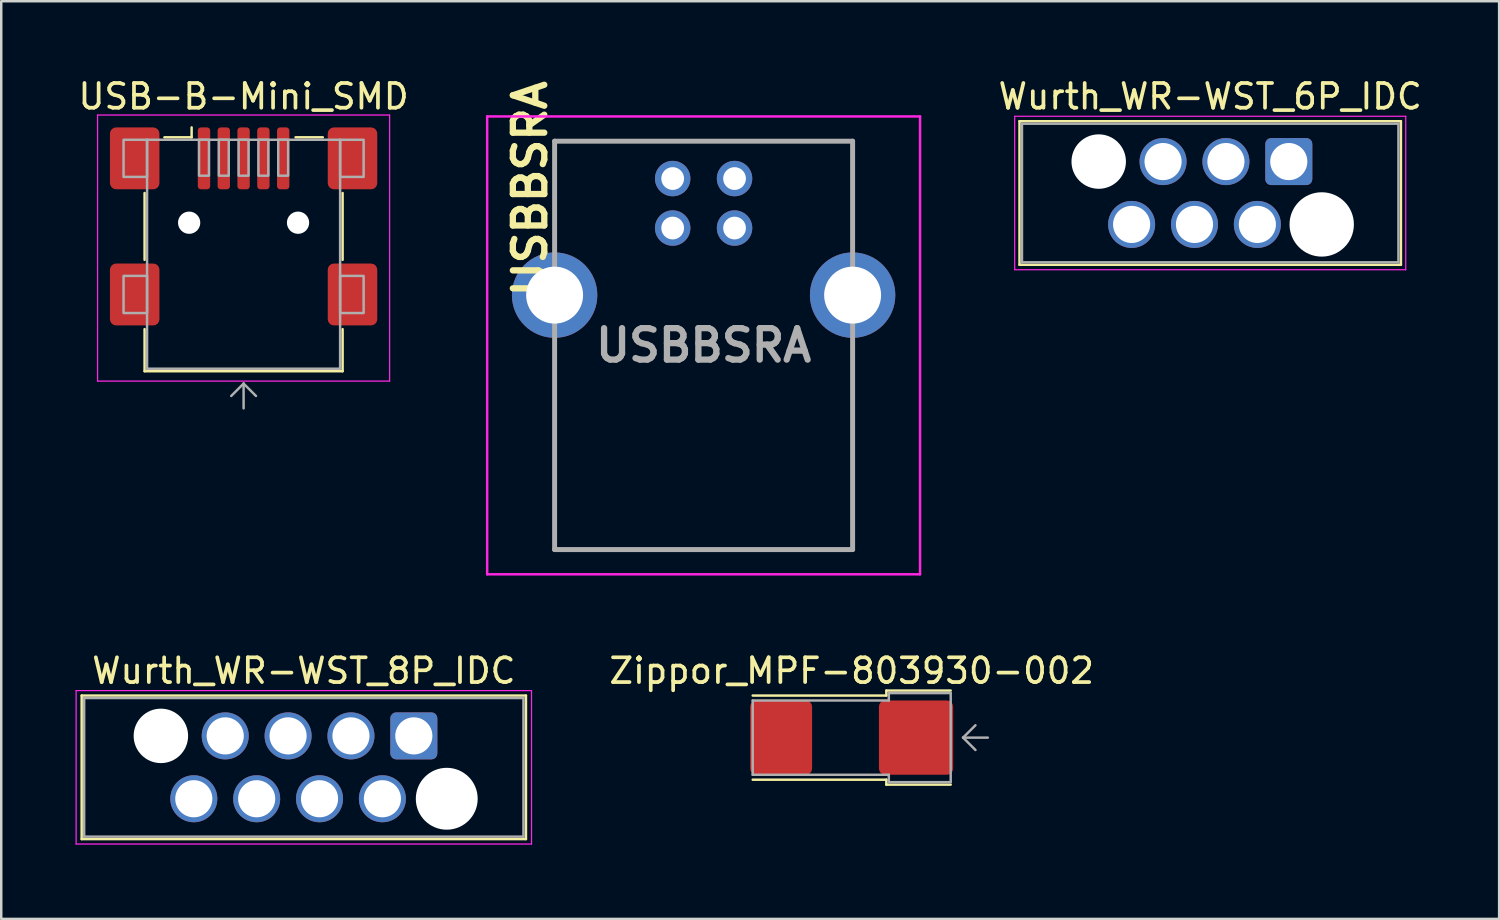
<source format=kicad_pcb>
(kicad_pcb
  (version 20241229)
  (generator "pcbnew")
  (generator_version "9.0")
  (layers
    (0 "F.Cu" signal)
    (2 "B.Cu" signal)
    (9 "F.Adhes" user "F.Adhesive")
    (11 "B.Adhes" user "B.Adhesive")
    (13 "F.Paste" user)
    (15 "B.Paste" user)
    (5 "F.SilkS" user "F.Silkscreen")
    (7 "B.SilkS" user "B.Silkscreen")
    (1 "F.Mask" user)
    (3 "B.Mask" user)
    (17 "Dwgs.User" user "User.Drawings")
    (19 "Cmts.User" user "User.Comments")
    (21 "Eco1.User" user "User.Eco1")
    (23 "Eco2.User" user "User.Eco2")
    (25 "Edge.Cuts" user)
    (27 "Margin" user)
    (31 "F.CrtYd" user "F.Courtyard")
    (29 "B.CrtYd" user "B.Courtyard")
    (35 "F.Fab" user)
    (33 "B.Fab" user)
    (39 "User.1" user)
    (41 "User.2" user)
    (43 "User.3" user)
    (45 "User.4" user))
  (footprint "USB-B-Mini_SMD"
    (layer "F.Cu")
    (at 6.792 4.048)
    (property "Reference" "USB-B-Mini_SMD" (at 0 -3.2 0) (layer "F.SilkS") (effects (font (size 1 1) (thickness 0.15))))
    (attr smd)
    (fp_line (start -4 3.4) (end -4 0.7) (stroke (width 0.1) (type solid)) (layer "F.SilkS"))
    (fp_line (start -4 6.2) (end -4 7.9) (stroke (width 0.1) (type solid)) (layer "F.SilkS"))
    (fp_line (start -4 7.9) (end 4 7.9) (stroke (width 0.1) (type solid)) (layer "F.SilkS"))
    (fp_line (start -3.2 -1.55) (end -2.1 -1.55) (stroke (width 0.1) (type solid)) (layer "F.SilkS"))
    (fp_line (start -2.1 -1.55) (end -2.1 -1.95) (stroke (width 0.1) (type solid)) (layer "F.SilkS"))
    (fp_line (start 2.1 -1.55) (end 3.2 -1.55) (stroke (width 0.1) (type solid)) (layer "F.SilkS"))
    (fp_line (start 4 0.7) (end 4 3.4) (stroke (width 0.1) (type solid)) (layer "F.SilkS"))
    (fp_line (start 4 7.9) (end 4 6.2) (stroke (width 0.1) (type solid)) (layer "F.SilkS"))
    (fp_line (start -5.9 -2.45) (end 5.9 -2.45) (stroke (width 0.05) (type solid)) (layer "F.CrtYd"))
    (fp_line (start -5.9 8.3) (end -5.9 -2.45) (stroke (width 0.05) (type solid)) (layer "F.CrtYd"))
    (fp_line (start 5.9 -2.45) (end 5.9 8.3) (stroke (width 0.05) (type solid)) (layer "F.CrtYd"))
    (fp_line (start 5.9 8.3) (end -5.9 8.3) (stroke (width 0.05) (type solid)) (layer "F.CrtYd"))
    (fp_line (start -3.9 -1.45) (end 3.9 -1.45) (stroke (width 0.1) (type solid)) (layer "F.Fab"))
    (fp_line (start -3.9 7.8) (end -3.9 -1.45) (stroke (width 0.1) (type solid)) (layer "F.Fab"))
    (fp_line (start -0.5 8.9) (end 0 8.4) (stroke (width 0.1) (type solid)) (layer "F.Fab"))
    (fp_line (start 0 8.4) (end 0 9.4) (stroke (width 0.1) (type solid)) (layer "F.Fab"))
    (fp_line (start 0 8.4) (end 0.5 8.9) (stroke (width 0.1) (type solid)) (layer "F.Fab"))
    (fp_line (start 3.9 -1.45) (end 3.9 7.8) (stroke (width 0.1) (type solid)) (layer "F.Fab"))
    (fp_line (start 3.9 7.8) (end -3.9 7.8) (stroke (width 0.1) (type solid)) (layer "F.Fab"))
    (fp_poly (pts (xy -3.9 0.05) (xy -4.85 0.05) (xy -4.85 -1.45) (xy -3.9 -1.45)) (stroke (width 0.1) (type solid)) (fill no) (layer "F.Fab"))
    (fp_poly (pts (xy -3.9 5.55) (xy -4.85 5.55) (xy -4.85 4.05) (xy -3.9 4.05)) (stroke (width 0.1) (type solid)) (fill no) (layer "F.Fab"))
    (fp_poly (pts (xy -1.4 0) (xy -1.8 0) (xy -1.8 -1.45) (xy -1.4 -1.45)) (stroke (width 0.1) (type solid)) (fill no) (layer "F.Fab"))
    (fp_poly (pts (xy -0.6 0) (xy -1 0) (xy -1 -1.45) (xy -0.6 -1.45)) (stroke (width 0.1) (type solid)) (fill no) (layer "F.Fab"))
    (fp_poly (pts (xy 0.2 0) (xy -0.2 0) (xy -0.2 -1.45) (xy 0.2 -1.45)) (stroke (width 0.1) (type solid)) (fill no) (layer "F.Fab"))
    (fp_poly (pts (xy 1 0) (xy 0.6 0) (xy 0.6 -1.45) (xy 1 -1.45)) (stroke (width 0.1) (type solid)) (fill no) (layer "F.Fab"))
    (fp_poly (pts (xy 1.8 0) (xy 1.4 0) (xy 1.4 -1.45) (xy 1.8 -1.45)) (stroke (width 0.1) (type solid)) (fill no) (layer "F.Fab"))
    (fp_poly (pts (xy 4.85 0.05) (xy 3.9 0.05) (xy 3.9 -1.45) (xy 4.85 -1.45)) (stroke (width 0.1) (type solid)) (fill no) (layer "F.Fab"))
    (fp_poly (pts (xy 4.85 5.55) (xy 3.9 5.55) (xy 3.9 4.05) (xy 4.85 4.05)) (stroke (width 0.1) (type solid)) (fill no) (layer "F.Fab"))
    (pad "" np_thru_hole circle (at -2.2 1.9) (size 0.9 0.9) (drill 0.9) (layers "*.Cu" "*.Mask"))
    (pad "" np_thru_hole circle (at 2.2 1.9) (size 0.9 0.9) (drill 0.9) (layers "*.Cu" "*.Mask"))
    (pad "1" smd roundrect (at -1.6 -0.7) (size 0.5 2.5) (layers "F.Cu" "F.Mask" "F.Paste") (roundrect_rratio 0.25))
    (pad "2" smd roundrect (at -0.8 -0.7) (size 0.5 2.5) (layers "F.Cu" "F.Mask" "F.Paste") (roundrect_rratio 0.25))
    (pad "3" smd roundrect (at 0 -0.7) (size 0.5 2.5) (layers "F.Cu" "F.Mask" "F.Paste") (roundrect_rratio 0.25))
    (pad "4" smd roundrect (at 0.8 -0.7) (size 0.5 2.5) (layers "F.Cu" "F.Mask" "F.Paste") (roundrect_rratio 0.25))
    (pad "5" smd roundrect (at 1.6 -0.7) (size 0.5 2.5) (layers "F.Cu" "F.Mask" "F.Paste") (roundrect_rratio 0.25))
    (pad "SH" smd roundrect (at -4.4 -0.7) (size 2 2.5) (layers "F.Cu" "F.Mask" "F.Paste") (roundrect_rratio 0.125))
    (pad "SH" smd roundrect (at -4.4 4.8) (size 2 2.5) (layers "F.Cu" "F.Mask" "F.Paste") (roundrect_rratio 0.125))
    (pad "SH" smd roundrect (at 4.4 -0.7) (size 2 2.5) (layers "F.Cu" "F.Mask" "F.Paste") (roundrect_rratio 0.125))
    (pad "SH" smd roundrect (at 4.4 4.8) (size 2 2.5) (layers "F.Cu" "F.Mask" "F.Paste") (roundrect_rratio 0.125)))
  (footprint "Wurth_WR-WST_8P_IDC"
    (layer "F.Cu")
    (at 9.225 27.952)
    (property "Reference" "Wurth_WR-WST_8P_IDC" (at 0 -3.9 0) (layer "F.SilkS") (effects (font (size 1 1) (thickness 0.15))))
    (attr exclude_from_pos_files exclude_from_bom)
    (fp_line (start -8.975 -2.9) (end 8.975 -2.9) (stroke (width 0.1) (type solid)) (layer "F.SilkS"))
    (fp_line (start -8.975 2.9) (end -8.975 -2.9) (stroke (width 0.1) (type solid)) (layer "F.SilkS"))
    (fp_line (start 8.975 -2.9) (end 8.975 2.9) (stroke (width 0.1) (type solid)) (layer "F.SilkS"))
    (fp_line (start 8.975 2.9) (end -8.975 2.9) (stroke (width 0.1) (type solid)) (layer "F.SilkS"))
    (fp_line (start -9.2 -3.1) (end 9.2 -3.1) (stroke (width 0.05) (type solid)) (layer "F.CrtYd"))
    (fp_line (start -9.2 3.1) (end -9.2 -3.1) (stroke (width 0.05) (type solid)) (layer "F.CrtYd"))
    (fp_line (start 9.2 -3.1) (end 9.2 3.1) (stroke (width 0.05) (type solid)) (layer "F.CrtYd"))
    (fp_line (start 9.2 3.1) (end -9.2 3.1) (stroke (width 0.05) (type solid)) (layer "F.CrtYd"))
    (fp_line (start -8.875 -2.8) (end 8.875 -2.8) (stroke (width 0.1) (type solid)) (layer "F.Fab"))
    (fp_line (start -8.875 2.8) (end -8.875 -2.8) (stroke (width 0.1) (type solid)) (layer "F.Fab"))
    (fp_line (start 8.875 -2.8) (end 8.875 2.8) (stroke (width 0.1) (type solid)) (layer "F.Fab"))
    (fp_line (start 8.875 2.8) (end -8.875 2.8) (stroke (width 0.1) (type solid)) (layer "F.Fab"))
    (pad "" np_thru_hole circle (at -5.775 -1.27) (size 2.2 2.2) (drill 2.2) (layers "*.Cu" "*.Mask"))
    (pad "" np_thru_hole circle (at 5.775 1.27) (size 2.5 2.5) (drill 2.5) (layers "*.Cu" "*.Mask"))
    (pad "1" thru_hole roundrect (at 4.445 -1.27) (size 1.9 1.9) (drill 1.5) (layers "*.Cu" "*.Mask") (roundrect_rratio 0.125))
    (pad "2" thru_hole circle (at 3.175 1.27) (size 1.9 1.9) (drill 1.5) (layers "*.Cu" "*.Mask"))
    (pad "3" thru_hole circle (at 1.905 -1.27) (size 1.9 1.9) (drill 1.5) (layers "*.Cu" "*.Mask"))
    (pad "4" thru_hole circle (at 0.635 1.27) (size 1.9 1.9) (drill 1.5) (layers "*.Cu" "*.Mask"))
    (pad "5" thru_hole circle (at -0.635 -1.27) (size 1.9 1.9) (drill 1.5) (layers "*.Cu" "*.Mask"))
    (pad "6" thru_hole circle (at -1.905 1.27) (size 1.9 1.9) (drill 1.5) (layers "*.Cu" "*.Mask"))
    (pad "7" thru_hole circle (at -3.175 -1.27) (size 1.9 1.9) (drill 1.5) (layers "*.Cu" "*.Mask"))
    (pad "8" thru_hole circle (at -4.445 1.27) (size 1.9 1.9) (drill 1.5) (layers "*.Cu" "*.Mask")))
  (footprint "Wurth_WR-WST_6P_IDC"
    (layer "F.Cu")
    (at 45.846 4.748)
    (property "Reference" "Wurth_WR-WST_6P_IDC" (at 0 -3.9 0) (layer "F.SilkS") (effects (font (size 1 1) (thickness 0.15))))
    (attr exclude_from_pos_files exclude_from_bom)
    (fp_line (start -7.705 -2.9) (end 7.705 -2.9) (stroke (width 0.1) (type solid)) (layer "F.SilkS"))
    (fp_line (start -7.705 2.9) (end -7.705 -2.9) (stroke (width 0.1) (type solid)) (layer "F.SilkS"))
    (fp_line (start 7.705 -2.9) (end 7.705 2.9) (stroke (width 0.1) (type solid)) (layer "F.SilkS"))
    (fp_line (start 7.705 2.9) (end -7.705 2.9) (stroke (width 0.1) (type solid)) (layer "F.SilkS"))
    (fp_line (start -7.9 -3.1) (end 7.9 -3.1) (stroke (width 0.05) (type solid)) (layer "F.CrtYd"))
    (fp_line (start -7.9 3.1) (end -7.9 -3.1) (stroke (width 0.05) (type solid)) (layer "F.CrtYd"))
    (fp_line (start 7.9 -3.1) (end 7.9 3.1) (stroke (width 0.05) (type solid)) (layer "F.CrtYd"))
    (fp_line (start 7.9 3.1) (end -7.9 3.1) (stroke (width 0.05) (type solid)) (layer "F.CrtYd"))
    (fp_line (start -7.605 -2.8) (end 7.605 -2.8) (stroke (width 0.1) (type solid)) (layer "F.Fab"))
    (fp_line (start -7.605 2.8) (end -7.605 -2.8) (stroke (width 0.1) (type solid)) (layer "F.Fab"))
    (fp_line (start 7.605 -2.8) (end 7.605 2.8) (stroke (width 0.1) (type solid)) (layer "F.Fab"))
    (fp_line (start 7.605 2.8) (end -7.605 2.8) (stroke (width 0.1) (type solid)) (layer "F.Fab"))
    (pad "" np_thru_hole circle (at -4.505 -1.27) (size 2.2 2.2) (drill 2.2) (layers "*.Cu" "*.Mask"))
    (pad "" np_thru_hole circle (at 4.505 1.27) (size 2.6 2.6) (drill 2.6) (layers "*.Cu" "*.Mask"))
    (pad "1" thru_hole roundrect (at 3.175 -1.27) (size 1.9 1.9) (drill 1.5) (layers "*.Cu" "*.Mask") (roundrect_rratio 0.125))
    (pad "2" thru_hole circle (at 1.905 1.27) (size 1.9 1.9) (drill 1.5) (layers "*.Cu" "*.Mask"))
    (pad "3" thru_hole circle (at 0.635 -1.27) (size 1.9 1.9) (drill 1.5) (layers "*.Cu" "*.Mask"))
    (pad "4" thru_hole circle (at -0.635 1.27) (size 1.9 1.9) (drill 1.5) (layers "*.Cu" "*.Mask"))
    (pad "5" thru_hole circle (at -1.905 -1.27) (size 1.9 1.9) (drill 1.5) (layers "*.Cu" "*.Mask"))
    (pad "6" thru_hole circle (at -3.175 1.27) (size 1.9 1.9) (drill 1.5) (layers "*.Cu" "*.Mask")))
  (footprint "Zippor_MPF-803930-002"
    (layer "F.Cu")
    (at 31.361 26.752)
    (property "Reference" "Zippor_MPF-803930-002" (at 0 -2.7 0) (layer "F.SilkS") (effects (font (size 1 1) (thickness 0.15))))
    (attr smd)
    (fp_line (start -4 -1.7) (end 1.4 -1.7) (stroke (width 0.1) (type solid)) (layer "F.SilkS"))
    (fp_line (start 1.4 -1.9) (end 4 -1.9) (stroke (width 0.1) (type solid)) (layer "F.SilkS"))
    (fp_line (start 1.4 -1.7) (end 1.4 -1.9) (stroke (width 0.1) (type solid)) (layer "F.SilkS"))
    (fp_line (start 1.4 1.7) (end -4 1.7) (stroke (width 0.1) (type solid)) (layer "F.SilkS"))
    (fp_line (start 1.4 1.9) (end 1.4 1.7) (stroke (width 0.1) (type solid)) (layer "F.SilkS"))
    (fp_line (start 4 1.9) (end 1.4 1.9) (stroke (width 0.1) (type solid)) (layer "F.SilkS"))
    (fp_line (start -4 -1.5) (end 1.5 -1.5) (stroke (width 0.1) (type solid)) (layer "F.Fab"))
    (fp_line (start -4 1.5) (end -4 -1.5) (stroke (width 0.1) (type solid)) (layer "F.Fab"))
    (fp_line (start 1.5 -1.8) (end 4 -1.8) (stroke (width 0.1) (type solid)) (layer "F.Fab"))
    (fp_line (start 1.5 -1.5) (end 1.5 -1.8) (stroke (width 0.1) (type solid)) (layer "F.Fab"))
    (fp_line (start 1.5 1.5) (end -4 1.5) (stroke (width 0.1) (type solid)) (layer "F.Fab"))
    (fp_line (start 1.5 1.8) (end 1.5 1.5) (stroke (width 0.1) (type solid)) (layer "F.Fab"))
    (fp_line (start 4 -1.8) (end 4 1.8) (stroke (width 0.1) (type solid)) (layer "F.Fab"))
    (fp_line (start 4 1.8) (end 1.5 1.8) (stroke (width 0.1) (type solid)) (layer "F.Fab"))
    (fp_line (start 4.5 0) (end 5 -0.5) (stroke (width 0.1) (type solid)) (layer "F.Fab"))
    (fp_line (start 4.5 0) (end 5.5 0) (stroke (width 0.1) (type solid)) (layer "F.Fab"))
    (fp_line (start 5 0.5) (end 4.5 0) (stroke (width 0.1) (type solid)) (layer "F.Fab"))
    (pad "1" smd roundrect (at -2.85 0) (size 2.5 3) (layers "F.Cu" "F.Mask" "F.Paste") (roundrect_rratio 0.1))
    (pad "1" smd roundrect (at 2.6 0) (size 3 3) (layers "F.Cu" "F.Mask" "F.Paste") (roundrect_rratio 0.083)))
  (footprint "USBBSRA"
    (layer "F.Cu")
    (at 25.378 10.904)
    (property "Reference" "USBBSRA" (at -7.012 -6.326 270) (layer "F.SilkS") (effects (font (size 1.27 1.27) (thickness 0.254))))
    (attr smd)
    (fp_line (start -6.02 -8.25) (end 6.02 -8.25) (stroke (width 0.1) (type solid)) (layer "F.SilkS"))
    (fp_line (start -6.02 -4.03) (end -6.02 -8.25) (stroke (width 0.1) (type solid)) (layer "F.SilkS"))
    (fp_line (start -6.02 -0.03) (end -6.02 8.25) (stroke (width 0.1) (type solid)) (layer "F.SilkS"))
    (fp_line (start -6.02 8.25) (end 6.02 8.25) (stroke (width 0.1) (type solid)) (layer "F.SilkS"))
    (fp_line (start 6.02 -8.25) (end 6.02 -4.03) (stroke (width 0.1) (type solid)) (layer "F.SilkS"))
    (fp_line (start 6.02 8.25) (end 6.02 -0.03) (stroke (width 0.1) (type solid)) (layer "F.SilkS"))
    (fp_line (start -8.745 -9.25) (end 8.745 -9.25) (stroke (width 0.1) (type solid)) (layer "F.CrtYd"))
    (fp_line (start -8.745 9.25) (end -8.745 -9.25) (stroke (width 0.1) (type solid)) (layer "F.CrtYd"))
    (fp_line (start 8.745 -9.25) (end 8.745 9.25) (stroke (width 0.1) (type solid)) (layer "F.CrtYd"))
    (fp_line (start 8.745 9.25) (end -8.745 9.25) (stroke (width 0.1) (type solid)) (layer "F.CrtYd"))
    (fp_line (start -6.02 -8.25) (end 6.02 -8.25) (stroke (width 0.2) (type solid)) (layer "F.Fab"))
    (fp_line (start -6.02 8.25) (end -6.02 -8.25) (stroke (width 0.2) (type solid)) (layer "F.Fab"))
    (fp_line (start 6.02 -8.25) (end 6.02 8.25) (stroke (width 0.2) (type solid)) (layer "F.Fab"))
    (fp_line (start 6.02 8.25) (end -6.02 8.25) (stroke (width 0.2) (type solid)) (layer "F.Fab"))
    (fp_text user "${REFERENCE}" (at 0 0 180) (layer "F.Fab") (effects (font (size 1.27 1.27) (thickness 0.254))))
    (pad "1" thru_hole circle (at 1.25 -6.74) (size 1.431 1.431) (drill 0.92) (layers "*.Cu" "*.Mask"))
    (pad "2" thru_hole circle (at -1.25 -6.74) (size 1.431 1.431) (drill 0.92) (layers "*.Cu" "*.Mask"))
    (pad "3" thru_hole circle (at -1.25 -4.74) (size 1.431 1.431) (drill 0.92) (layers "*.Cu" "*.Mask"))
    (pad "4" thru_hole circle (at 1.25 -4.74) (size 1.431 1.431) (drill 0.92) (layers "*.Cu" "*.Mask"))
    (pad "5" thru_hole circle (at -6.02 -2.03) (size 3.45 3.45) (drill 2.3) (layers "*.Cu" "*.Mask"))
    (pad "5" thru_hole circle (at 6.02 -2.03) (size 3.45 3.45) (drill 2.3) (layers "*.Cu" "*.Mask")))
  (gr_rect
    (start -3 -3)
    (end 57.519 34.077)
    (stroke (width 0.1) (type default))
    (fill no)
    (layer "Edge.Cuts")))
</source>
